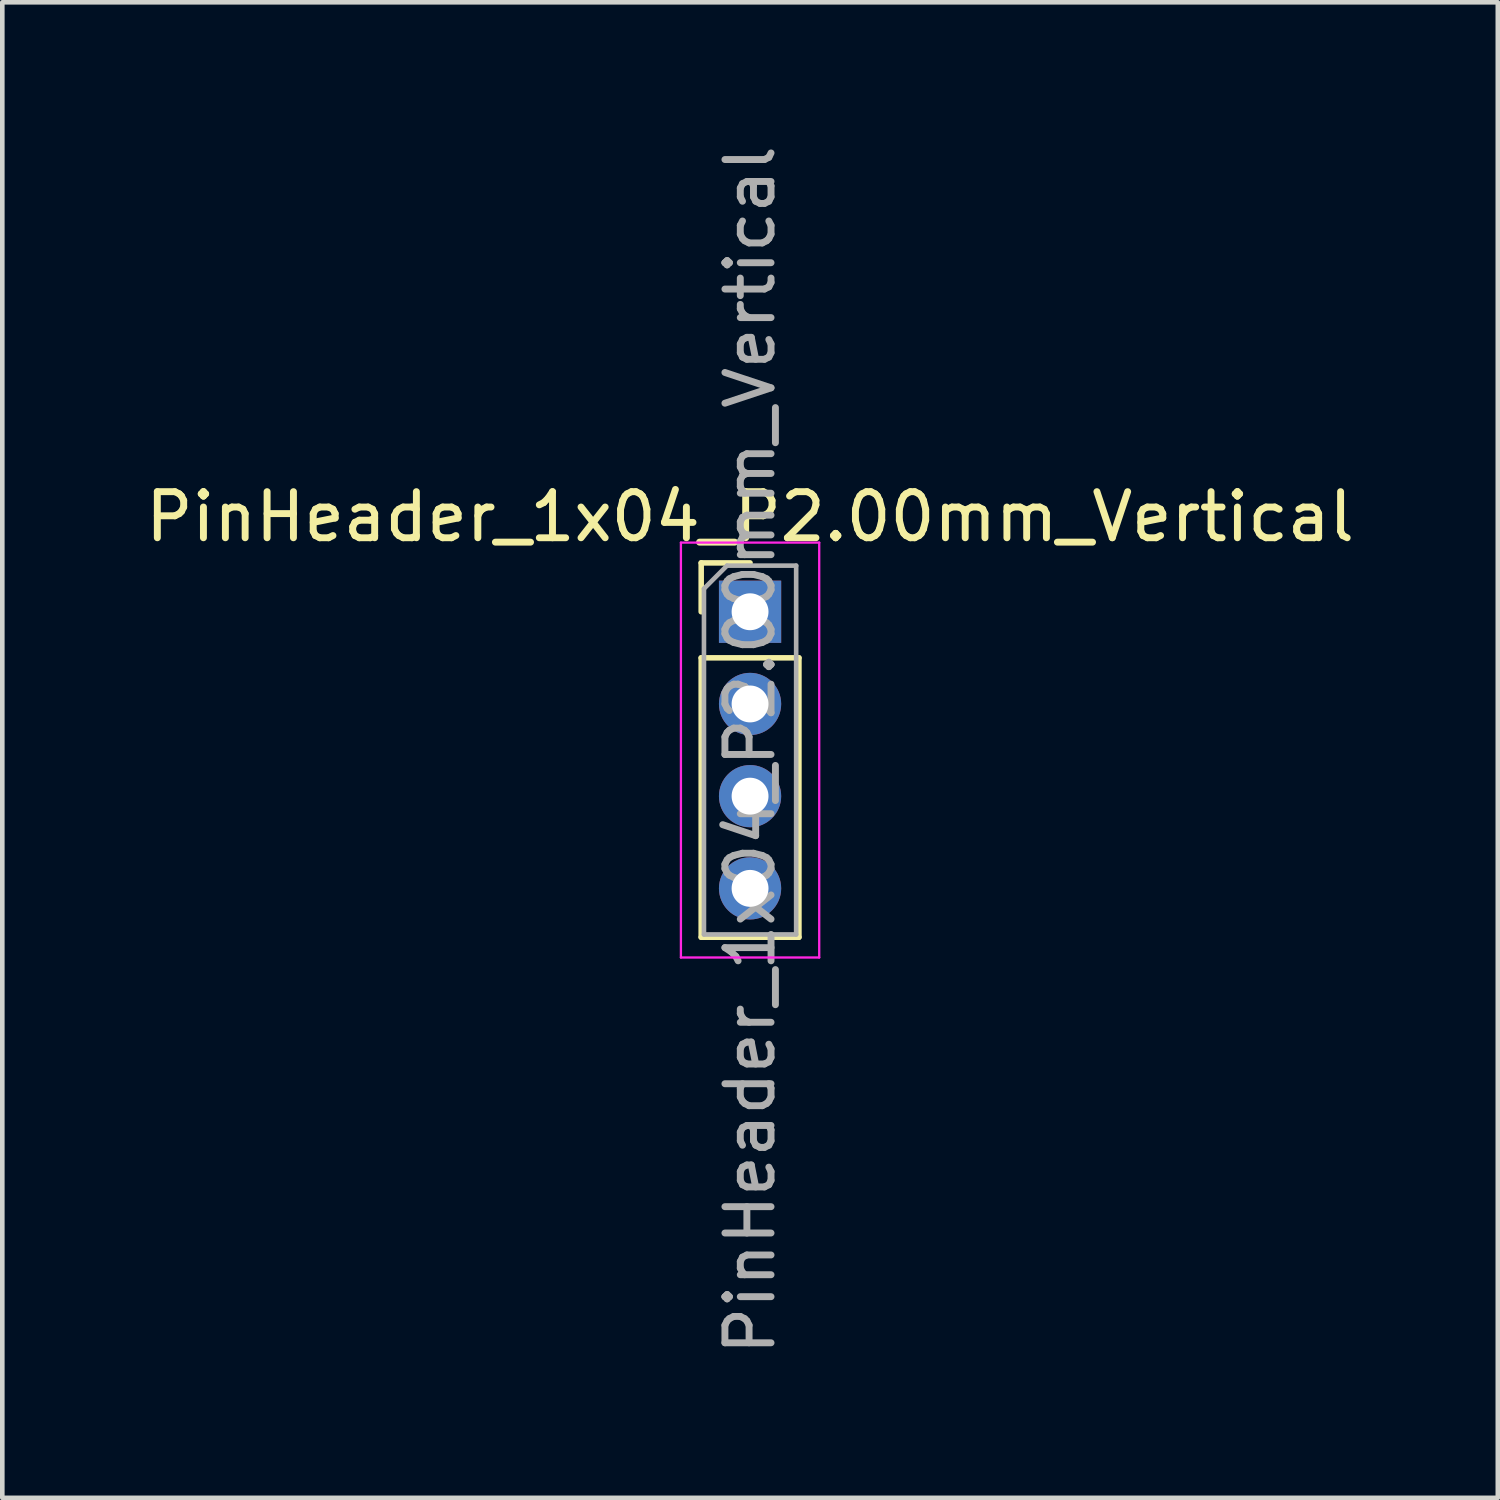
<source format=kicad_pcb>
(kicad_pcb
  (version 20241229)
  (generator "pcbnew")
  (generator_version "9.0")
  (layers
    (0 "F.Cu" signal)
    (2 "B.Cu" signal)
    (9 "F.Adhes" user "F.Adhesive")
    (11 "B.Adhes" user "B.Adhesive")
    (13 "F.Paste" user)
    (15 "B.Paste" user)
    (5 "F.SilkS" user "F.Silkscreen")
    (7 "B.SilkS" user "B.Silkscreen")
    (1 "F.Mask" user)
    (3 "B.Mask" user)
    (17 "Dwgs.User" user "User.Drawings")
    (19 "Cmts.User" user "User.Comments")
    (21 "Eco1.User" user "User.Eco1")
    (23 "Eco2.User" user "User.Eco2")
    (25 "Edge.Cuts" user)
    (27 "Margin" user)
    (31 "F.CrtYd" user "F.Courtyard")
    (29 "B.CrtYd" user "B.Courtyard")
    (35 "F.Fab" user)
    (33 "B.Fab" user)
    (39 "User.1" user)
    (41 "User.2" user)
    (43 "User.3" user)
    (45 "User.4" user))
  (footprint "PinHeader_1x04_P2.00mm_Vertical"
    (layer "F.Cu")
    (at 13.22 10.22)
    (property "Reference" "PinHeader_1x04_P2.00mm_Vertical" (at 0 -2.06 0) (layer "F.SilkS") (effects (font (size 1 1) (thickness 0.15))))
    (attr through_hole)
    (fp_line (start -1.06 -1.06) (end 0 -1.06) (stroke (width 0.12) (type solid)) (layer "F.SilkS"))
    (fp_line (start -1.06 0) (end -1.06 -1.06) (stroke (width 0.12) (type solid)) (layer "F.SilkS"))
    (fp_line (start -1.06 1) (end -1.06 7.06) (stroke (width 0.12) (type solid)) (layer "F.SilkS"))
    (fp_line (start -1.06 1) (end 1.06 1) (stroke (width 0.12) (type solid)) (layer "F.SilkS"))
    (fp_line (start -1.06 7.06) (end 1.06 7.06) (stroke (width 0.12) (type solid)) (layer "F.SilkS"))
    (fp_line (start 1.06 1) (end 1.06 7.06) (stroke (width 0.12) (type solid)) (layer "F.SilkS"))
    (fp_line (start -1.5 -1.5) (end -1.5 7.5) (stroke (width 0.05) (type solid)) (layer "F.CrtYd"))
    (fp_line (start -1.5 7.5) (end 1.5 7.5) (stroke (width 0.05) (type solid)) (layer "F.CrtYd"))
    (fp_line (start 1.5 -1.5) (end -1.5 -1.5) (stroke (width 0.05) (type solid)) (layer "F.CrtYd"))
    (fp_line (start 1.5 7.5) (end 1.5 -1.5) (stroke (width 0.05) (type solid)) (layer "F.CrtYd"))
    (fp_line (start -1 -0.5) (end -0.5 -1) (stroke (width 0.1) (type solid)) (layer "F.Fab"))
    (fp_line (start -1 7) (end -1 -0.5) (stroke (width 0.1) (type solid)) (layer "F.Fab"))
    (fp_line (start -0.5 -1) (end 1 -1) (stroke (width 0.1) (type solid)) (layer "F.Fab"))
    (fp_line (start 1 -1) (end 1 7) (stroke (width 0.1) (type solid)) (layer "F.Fab"))
    (fp_line (start 1 7) (end -1 7) (stroke (width 0.1) (type solid)) (layer "F.Fab"))
    (fp_text user "${REFERENCE}" (at 0 3 90) (layer "F.Fab") (effects (font (size 1 1) (thickness 0.15))))
    (pad "1" thru_hole rect (at 0 0) (size 1.35 1.35) (drill 0.8) (layers "*.Cu" "*.Mask"))
    (pad "2" thru_hole oval (at 0 2) (size 1.35 1.35) (drill 0.8) (layers "*.Cu" "*.Mask"))
    (pad "3" thru_hole oval (at 0 4) (size 1.35 1.35) (drill 0.8) (layers "*.Cu" "*.Mask"))
    (pad "4" thru_hole oval (at 0 6) (size 1.35 1.35) (drill 0.8) (layers "*.Cu" "*.Mask")))
  (gr_rect
    (start -3 -3)
    (end 29.44 29.44)
    (stroke (width 0.1) (type default))
    (fill no)
    (layer "Edge.Cuts")))
</source>
